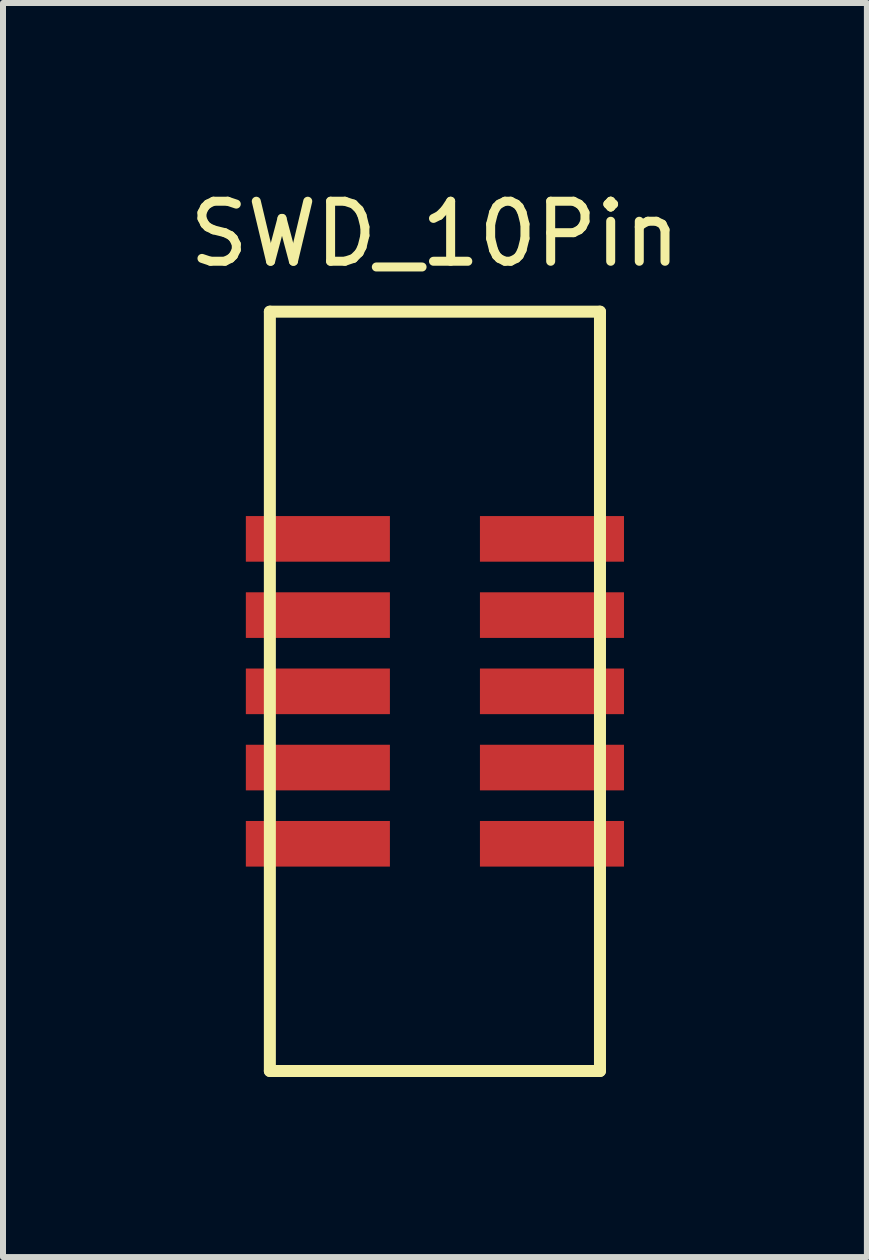
<source format=kicad_pcb>
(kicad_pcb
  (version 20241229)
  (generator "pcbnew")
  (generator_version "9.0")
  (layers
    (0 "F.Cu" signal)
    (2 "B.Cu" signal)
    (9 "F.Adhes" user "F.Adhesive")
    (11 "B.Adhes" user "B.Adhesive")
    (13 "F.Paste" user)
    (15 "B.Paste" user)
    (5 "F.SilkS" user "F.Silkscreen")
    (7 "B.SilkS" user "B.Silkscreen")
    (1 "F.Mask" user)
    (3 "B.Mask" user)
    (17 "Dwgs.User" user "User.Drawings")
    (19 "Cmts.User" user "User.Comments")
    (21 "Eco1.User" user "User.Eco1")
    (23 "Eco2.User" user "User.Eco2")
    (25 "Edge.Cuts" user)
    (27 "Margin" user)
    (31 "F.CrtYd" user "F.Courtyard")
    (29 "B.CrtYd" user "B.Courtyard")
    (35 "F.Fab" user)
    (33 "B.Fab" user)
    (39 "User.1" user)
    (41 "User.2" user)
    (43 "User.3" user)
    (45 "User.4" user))
  (footprint "SWD_10Pin"
    (layer "F.Cu")
    (at 4.196 8.468)
    (property "Reference" "SWD_10Pin" (at 0 -7.62 0) (layer "F.SilkS") (effects (font (size 1 1) (thickness 0.15))))
    (attr through_hole)
    (fp_line (start -2.75 -6.325) (end -2.75 6.325) (stroke (width 0.2) (type solid)) (layer "F.SilkS"))
    (fp_line (start -2.75 6.325) (end 2.75 6.325) (stroke (width 0.2) (type solid)) (layer "F.SilkS"))
    (fp_line (start 2.75 -6.325) (end -2.75 -6.325) (stroke (width 0.2) (type solid)) (layer "F.SilkS"))
    (fp_line (start 2.75 6.325) (end 2.75 -6.325) (stroke (width 0.2) (type solid)) (layer "F.SilkS"))
    (pad "1" smd rect (at -1.95 -2.54) (size 2.4 0.76) (layers "F.Cu" "F.Mask" "F.Paste"))
    (pad "2" smd rect (at 1.95 -2.54) (size 2.4 0.76) (layers "F.Cu" "F.Mask" "F.Paste"))
    (pad "3" smd rect (at -1.95 -1.27) (size 2.4 0.76) (layers "F.Cu" "F.Mask" "F.Paste"))
    (pad "4" smd rect (at 1.95 -1.27) (size 2.4 0.76) (layers "F.Cu" "F.Mask" "F.Paste"))
    (pad "5" smd rect (at -1.95 0) (size 2.4 0.76) (layers "F.Cu" "F.Mask" "F.Paste"))
    (pad "6" smd rect (at 1.95 0) (size 2.4 0.76) (layers "F.Cu" "F.Mask" "F.Paste"))
    (pad "7" smd rect (at -1.95 1.27) (size 2.4 0.76) (layers "F.Cu" "F.Mask" "F.Paste"))
    (pad "8" smd rect (at 1.95 1.27) (size 2.4 0.76) (layers "F.Cu" "F.Mask" "F.Paste"))
    (pad "9" smd rect (at -1.95 2.54) (size 2.4 0.76) (layers "F.Cu" "F.Mask" "F.Paste"))
    (pad "10" smd rect (at 1.95 2.54) (size 2.4 0.76) (layers "F.Cu" "F.Mask" "F.Paste")))
  (gr_rect
    (start -3 -3)
    (end 11.393 17.893)
    (stroke (width 0.1) (type default))
    (fill no)
    (layer "Edge.Cuts")))
</source>
